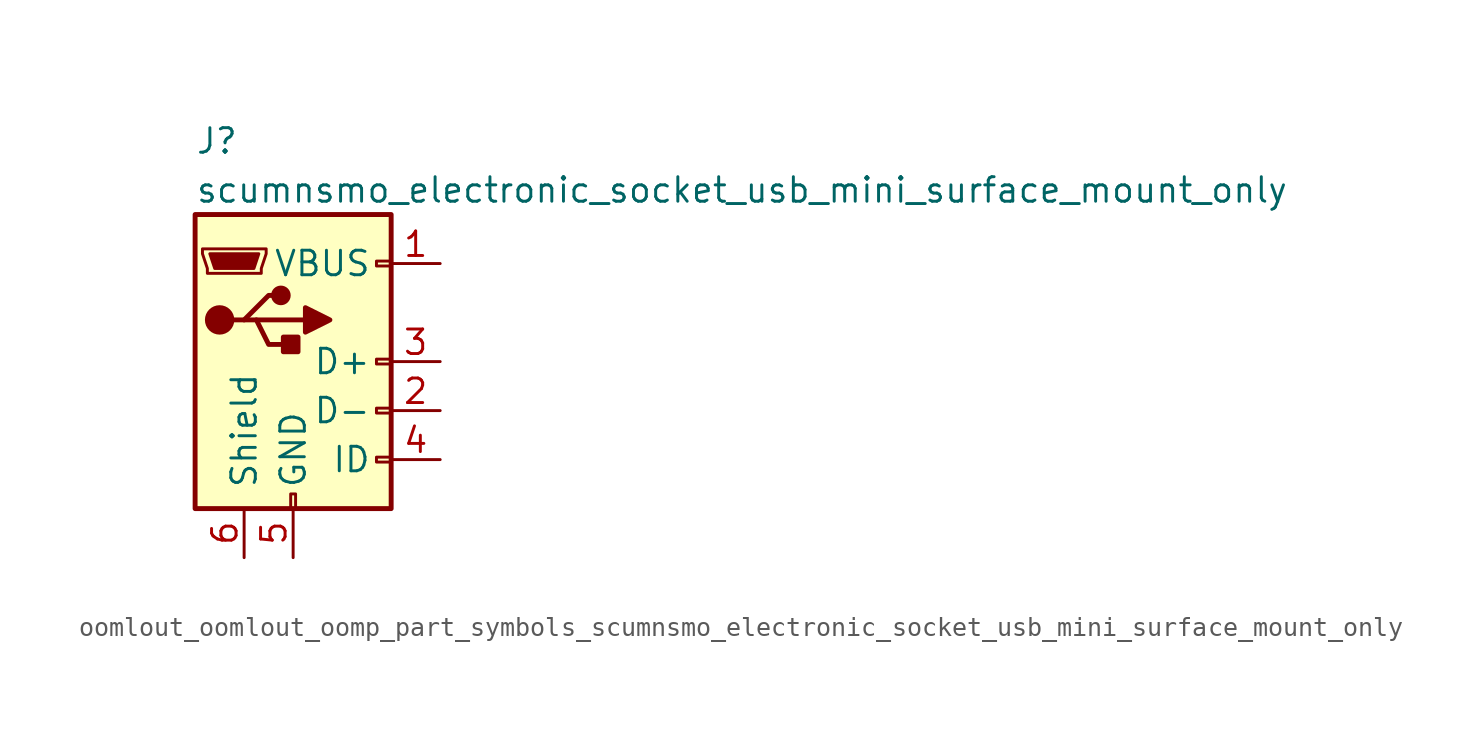
<source format=kicad_sym>
(kicad_symbol_lib
  (version 20220914)
  (generator kicad_symbol_editor)
  (symbol "oomlout_oomlout_oomp_part_symbols_scumnsmo_electronic_socket_usb_mini_surface_mount_only"
    (pin_names
      (offset 1.016))
    (property "Reference" "J"
      (at -5.08 11.43 0)
      (effects (font (size 1.27 1.27)) (justify left)))
    (property "Value" "scumnsmo_electronic_socket_usb_mini_surface_mount_only"
      (at -5.08 8.89 0)
      (effects (font (size 1.27 1.27)) (justify left)))
    (symbol "oomlout_oomlout_oomp_part_symbols_scumnsmo_electronic_socket_usb_mini_surface_mount_only_0_1"
      (rectangle (start -5.08 -7.62) (end 5.08 7.62) (stroke (width 0.254) (type default)) (fill (type background)))
      (circle (center -3.81 2.159) (radius 0.635) (stroke (width 0.254) (type default)) (fill (type outline)))
      (circle (center -0.635 3.429) (radius 0.381) (stroke (width 0.254) (type default)) (fill (type outline)))
      (rectangle (start -0.127 -7.62) (end 0.127 -6.858) (stroke (width 0) (type default)) (fill (type none)))
      (polyline (pts (xy -1.905 2.159) (xy 0.635 2.159)) (stroke (width 0.254) (type default)) (fill (type none)))
      (polyline (pts (xy -3.175 2.159) (xy -2.54 2.159) (xy -1.27 3.429) (xy -0.635 3.429)) (stroke (width 0.254) (type default)) (fill (type none)))
      (polyline (pts (xy -2.54 2.159) (xy -1.905 2.159) (xy -1.27 0.889) (xy 0 0.889)) (stroke (width 0.254) (type default)) (fill (type none)))
      (polyline (pts (xy 0.635 2.794) (xy 0.635 1.524) (xy 1.905 2.159) (xy 0.635 2.794)) (stroke (width 0.254) (type default)) (fill (type outline)))
      (polyline (pts (xy -4.318 5.588) (xy -1.778 5.588) (xy -2.032 4.826) (xy -4.064 4.826) (xy -4.318 5.588)) (stroke (width 0) (type default)) (fill (type outline)))
      (polyline (pts (xy -4.699 5.842) (xy -4.699 5.588) (xy -4.445 4.826) (xy -4.445 4.572) (xy -1.651 4.572) (xy -1.651 4.826) (xy -1.397 5.588) (xy -1.397 5.842) (xy -4.699 5.842)) (stroke (width 0) (type default)) (fill (type none)))
      (rectangle (start 0.254 1.27) (end -0.508 0.508) (stroke (width 0.254) (type default)) (fill (type outline)))
      (rectangle (start 5.08 -5.207) (end 4.318 -4.953) (stroke (width 0) (type default)) (fill (type none)))
      (rectangle (start 5.08 -2.667) (end 4.318 -2.413) (stroke (width 0) (type default)) (fill (type none)))
      (rectangle (start 5.08 -0.127) (end 4.318 0.127) (stroke (width 0) (type default)) (fill (type none)))
      (rectangle (start 5.08 4.953) (end 4.318 5.207) (stroke (width 0) (type default)) (fill (type none))))
    (symbol "oomlout_oomlout_oomp_part_symbols_scumnsmo_electronic_socket_usb_mini_surface_mount_only_1_1"
      (pin power_out line (at 7.62 5.08 180) (length 2.54) (name "VBUS" (effects (font (size 1.27 1.27)))) (number "1" (effects (font (size 1.27 1.27)))))
      (pin bidirectional line (at 7.62 -2.54 180) (length 2.54) (name "D-" (effects (font (size 1.27 1.27)))) (number "2" (effects (font (size 1.27 1.27)))))
      (pin bidirectional line (at 7.62 0 180) (length 2.54) (name "D+" (effects (font (size 1.27 1.27)))) (number "3" (effects (font (size 1.27 1.27)))))
      (pin passive line (at 7.62 -5.08 180) (length 2.54) (name "ID" (effects (font (size 1.27 1.27)))) (number "4" (effects (font (size 1.27 1.27)))))
      (pin power_out line (at 0 -10.16 90) (length 2.54) (name "GND" (effects (font (size 1.27 1.27)))) (number "5" (effects (font (size 1.27 1.27)))))
      (pin passive line (at -2.54 -10.16 90) (length 2.54) (name "Shield" (effects (font (size 1.27 1.27)))) (number "6" (effects (font (size 1.27 1.27))))))))
</source>
